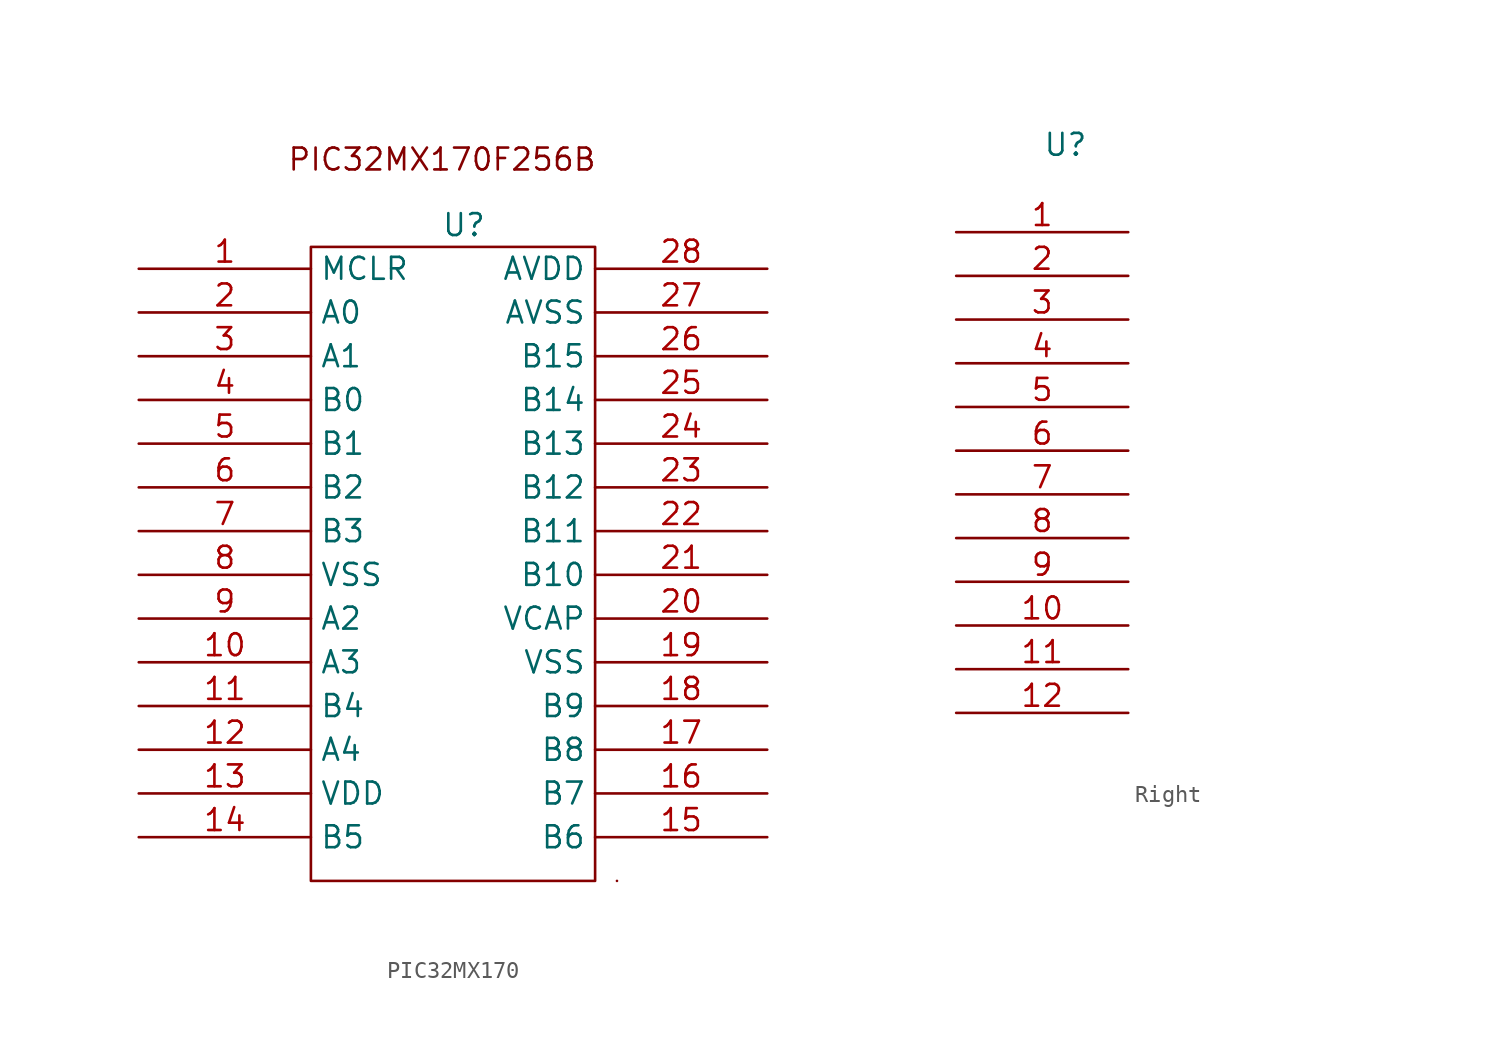
<source format=kicad_sym>
(kicad_symbol_lib
  (version 20220914)
  (generator kicad_symbol_editor)
  (symbol "PIC32MX170"
    (property "Reference" "U"
      (at 1.11 19.05 0)
      (effects (font (size 1.27 1.27))))
    (property "Value" ""
      (at -3.97 13.97 0)
      (effects (font (size 1.27 1.27))))
    (symbol "PIC32MX170_0_1"
      (rectangle (start -7.78 17.78) (end 8.73 -19.05) (stroke (width 0) (type default)) (fill (type none)))
      (rectangle (start 10 -19.05) (end 10 -19.05) (stroke (width 0) (type default)) (fill (type none))))
    (symbol "PIC32MX170_1_1"
      (text "PIC32MX170F256B" (at -0.16 22.86 0) (effects (font (size 1.27 1.27))))
      (pin input line (at -17.78 16.51 0) (length 10) (name "MCLR" (effects (font (size 1.27 1.27)))) (number "1" (effects (font (size 1.27 1.27)))))
      (pin input line (at -17.78 -6.35 0) (length 10) (name "A3" (effects (font (size 1.27 1.27)))) (number "10" (effects (font (size 1.27 1.27)))))
      (pin input line (at -17.78 -8.89 0) (length 10) (name "B4" (effects (font (size 1.27 1.27)))) (number "11" (effects (font (size 1.27 1.27)))))
      (pin input line (at -17.78 -11.43 0) (length 10) (name "A4" (effects (font (size 1.27 1.27)))) (number "12" (effects (font (size 1.27 1.27)))))
      (pin input line (at -17.78 -13.97 0) (length 10) (name "VDD" (effects (font (size 1.27 1.27)))) (number "13" (effects (font (size 1.27 1.27)))))
      (pin input line (at -17.78 -16.51 0) (length 10) (name "B5" (effects (font (size 1.27 1.27)))) (number "14" (effects (font (size 1.27 1.27)))))
      (pin input line (at 18.73 -16.51 180) (length 10) (name "B6" (effects (font (size 1.27 1.27)))) (number "15" (effects (font (size 1.27 1.27)))))
      (pin input line (at 18.73 -13.97 180) (length 10) (name "B7" (effects (font (size 1.27 1.27)))) (number "16" (effects (font (size 1.27 1.27)))))
      (pin input line (at 18.73 -11.43 180) (length 10) (name "B8" (effects (font (size 1.27 1.27)))) (number "17" (effects (font (size 1.27 1.27)))))
      (pin input line (at 18.73 -8.89 180) (length 10) (name "B9" (effects (font (size 1.27 1.27)))) (number "18" (effects (font (size 1.27 1.27)))))
      (pin input line (at 18.73 -6.35 180) (length 10) (name "VSS" (effects (font (size 1.27 1.27)))) (number "19" (effects (font (size 1.27 1.27)))))
      (pin input line (at -17.78 13.97 0) (length 10) (name "A0" (effects (font (size 1.27 1.27)))) (number "2" (effects (font (size 1.27 1.27)))))
      (pin input line (at 18.73 -3.81 180) (length 10) (name "VCAP" (effects (font (size 1.27 1.27)))) (number "20" (effects (font (size 1.27 1.27)))))
      (pin input line (at 18.73 -1.27 180) (length 10) (name "B10" (effects (font (size 1.27 1.27)))) (number "21" (effects (font (size 1.27 1.27)))))
      (pin input line (at 18.73 1.27 180) (length 10) (name "B11" (effects (font (size 1.27 1.27)))) (number "22" (effects (font (size 1.27 1.27)))))
      (pin input line (at 18.73 3.81 180) (length 10) (name "B12" (effects (font (size 1.27 1.27)))) (number "23" (effects (font (size 1.27 1.27)))))
      (pin input line (at 18.73 6.35 180) (length 10) (name "B13" (effects (font (size 1.27 1.27)))) (number "24" (effects (font (size 1.27 1.27)))))
      (pin input line (at 18.73 8.89 180) (length 10) (name "B14" (effects (font (size 1.27 1.27)))) (number "25" (effects (font (size 1.27 1.27)))))
      (pin input line (at 18.73 11.43 180) (length 10) (name "B15" (effects (font (size 1.27 1.27)))) (number "26" (effects (font (size 1.27 1.27)))))
      (pin input line (at 18.73 13.97 180) (length 10) (name "AVSS" (effects (font (size 1.27 1.27)))) (number "27" (effects (font (size 1.27 1.27)))))
      (pin input line (at 18.73 16.51 180) (length 10) (name "AVDD" (effects (font (size 1.27 1.27)))) (number "28" (effects (font (size 1.27 1.27)))))
      (pin input line (at -17.78 11.43 0) (length 10) (name "A1" (effects (font (size 1.27 1.27)))) (number "3" (effects (font (size 1.27 1.27)))))
      (pin input line (at -17.78 8.89 0) (length 10) (name "B0" (effects (font (size 1.27 1.27)))) (number "4" (effects (font (size 1.27 1.27)))))
      (pin input line (at -17.78 6.35 0) (length 10) (name "B1" (effects (font (size 1.27 1.27)))) (number "5" (effects (font (size 1.27 1.27)))))
      (pin input line (at -17.78 3.81 0) (length 10) (name "B2" (effects (font (size 1.27 1.27)))) (number "6" (effects (font (size 1.27 1.27)))))
      (pin input line (at -17.78 1.27 0) (length 10) (name "B3" (effects (font (size 1.27 1.27)))) (number "7" (effects (font (size 1.27 1.27)))))
      (pin input line (at -17.78 -1.27 0) (length 10) (name "VSS" (effects (font (size 1.27 1.27)))) (number "8" (effects (font (size 1.27 1.27)))))
      (pin input line (at -17.78 -3.81 0) (length 10) (name "A2" (effects (font (size 1.27 1.27)))) (number "9" (effects (font (size 1.27 1.27)))))))
  (symbol "Right"
    (property "Reference" "U"
      (at 0 0 0)
      (effects (font (size 1.27 1.27))))
    (property "Value" ""
      (at 0 0 0)
      (effects (font (size 1.27 1.27))))
    (symbol "Right_0_0"
      (text "" (at 18.415 -9.525 0) (effects (font (size 1.27 1.27)))))
    (symbol "Right_1_1"
      (pin input line (at -6.35 -5.08 0) (length 10) (name "" (effects (font (size 1.27 1.27)))) (number "1" (effects (font (size 1.27 1.27)))))
      (pin input line (at -6.35 -27.94 0) (length 10) (name "" (effects (font (size 1.27 1.27)))) (number "10" (effects (font (size 1.27 1.27)))))
      (pin input line (at -6.35 -30.48 0) (length 10) (name "" (effects (font (size 1.27 1.27)))) (number "11" (effects (font (size 1.27 1.27)))))
      (pin input line (at -6.35 -33.02 0) (length 10) (name "" (effects (font (size 1.27 1.27)))) (number "12" (effects (font (size 1.27 1.27)))))
      (pin input line (at -6.35 -7.62 0) (length 10) (name "" (effects (font (size 1.27 1.27)))) (number "2" (effects (font (size 1.27 1.27)))))
      (pin input line (at -6.35 -10.16 0) (length 10) (name "" (effects (font (size 1.27 1.27)))) (number "3" (effects (font (size 1.27 1.27)))))
      (pin input line (at -6.35 -12.7 0) (length 10) (name "" (effects (font (size 1.27 1.27)))) (number "4" (effects (font (size 1.27 1.27)))))
      (pin input line (at -6.35 -15.24 0) (length 10) (name "" (effects (font (size 1.27 1.27)))) (number "5" (effects (font (size 1.27 1.27)))))
      (pin input line (at -6.35 -17.78 0) (length 10) (name "" (effects (font (size 1.27 1.27)))) (number "6" (effects (font (size 1.27 1.27)))))
      (pin input line (at -6.35 -20.32 0) (length 10) (name "" (effects (font (size 1.27 1.27)))) (number "7" (effects (font (size 1.27 1.27)))))
      (pin input line (at -6.35 -22.86 0) (length 10) (name "" (effects (font (size 1.27 1.27)))) (number "8" (effects (font (size 1.27 1.27)))))
      (pin input line (at -6.35 -25.4 0) (length 10) (name "" (effects (font (size 1.27 1.27)))) (number "9" (effects (font (size 1.27 1.27))))))))
</source>
